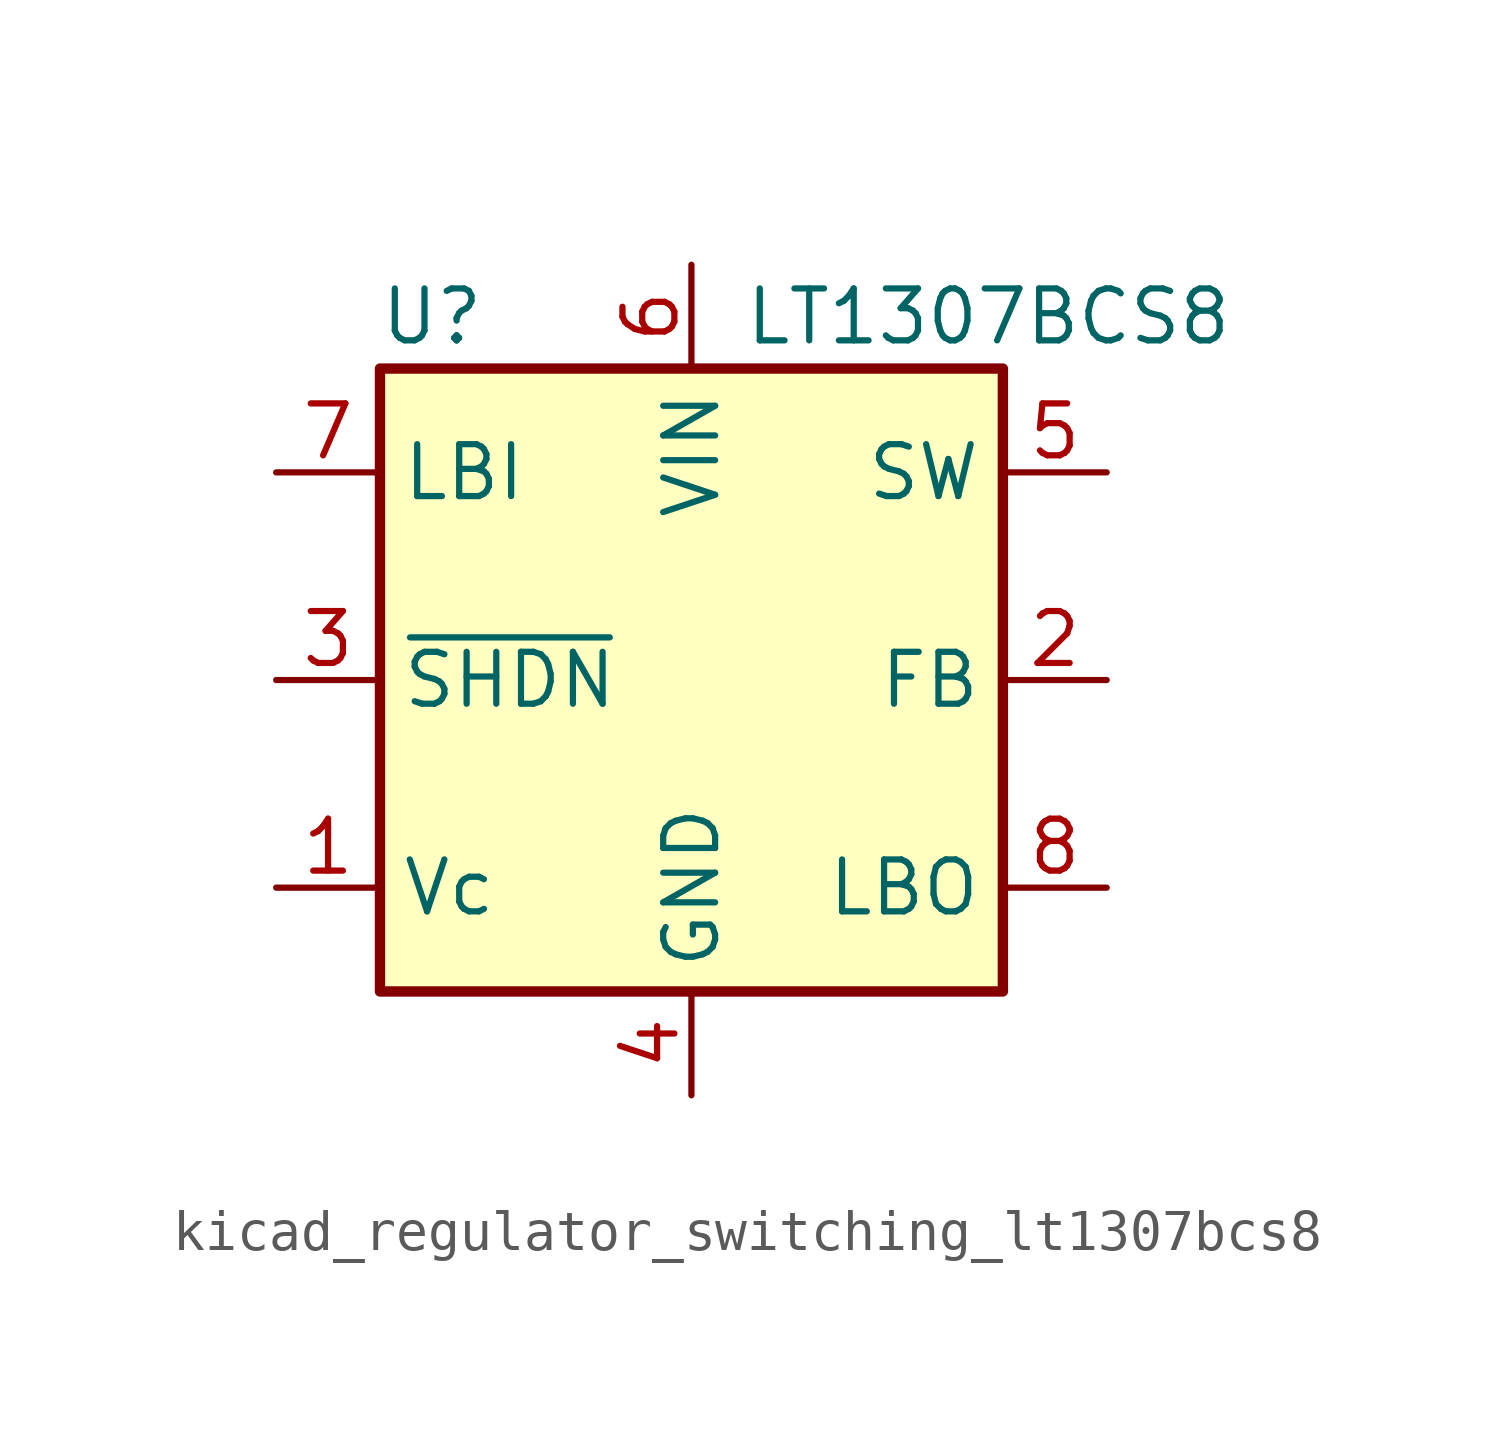
<source format=kicad_sym>
(kicad_symbol_lib
  (version 20220914)
  (generator kicad_symbol_editor)
  (symbol "kicad_regulator_switching_lt1307bcs8"
    (property "Reference" "U"
      (at -6.35 8.89 0)
      (effects (font (size 1.27 1.27))))
    (property "Value" "LT1307BCS8"
      (at 1.27 8.89 0)
      (effects (font (size 1.27 1.27)) (justify left)))
    (symbol "kicad_regulator_switching_lt1307bcs8_0_1"
      (rectangle (start -7.62 -7.62) (end 7.62 7.62) (stroke (width 0.254) (type default)) (fill (type background))))
    (symbol "kicad_regulator_switching_lt1307bcs8_1_1"
      (pin input line (at -10.16 -5.08 0) (length 2.54) (name "Vc" (effects (font (size 1.27 1.27)))) (number "1" (effects (font (size 1.27 1.27)))))
      (pin input line (at 10.16 0 180) (length 2.54) (name "FB" (effects (font (size 1.27 1.27)))) (number "2" (effects (font (size 1.27 1.27)))))
      (pin input line (at -10.16 0 0) (length 2.54) (name "~{SHDN}" (effects (font (size 1.27 1.27)))) (number "3" (effects (font (size 1.27 1.27)))))
      (pin power_in line (at 0 -10.16 90) (length 2.54) (name "GND" (effects (font (size 1.27 1.27)))) (number "4" (effects (font (size 1.27 1.27)))))
      (pin open_collector line (at 10.16 5.08 180) (length 2.54) (name "SW" (effects (font (size 1.27 1.27)))) (number "5" (effects (font (size 1.27 1.27)))))
      (pin power_in line (at 0 10.16 270) (length 2.54) (name "VIN" (effects (font (size 1.27 1.27)))) (number "6" (effects (font (size 1.27 1.27)))))
      (pin input line (at -10.16 5.08 0) (length 2.54) (name "LBI" (effects (font (size 1.27 1.27)))) (number "7" (effects (font (size 1.27 1.27)))))
      (pin output line (at 10.16 -5.08 180) (length 2.54) (name "LBO" (effects (font (size 1.27 1.27)))) (number "8" (effects (font (size 1.27 1.27))))))))
</source>
